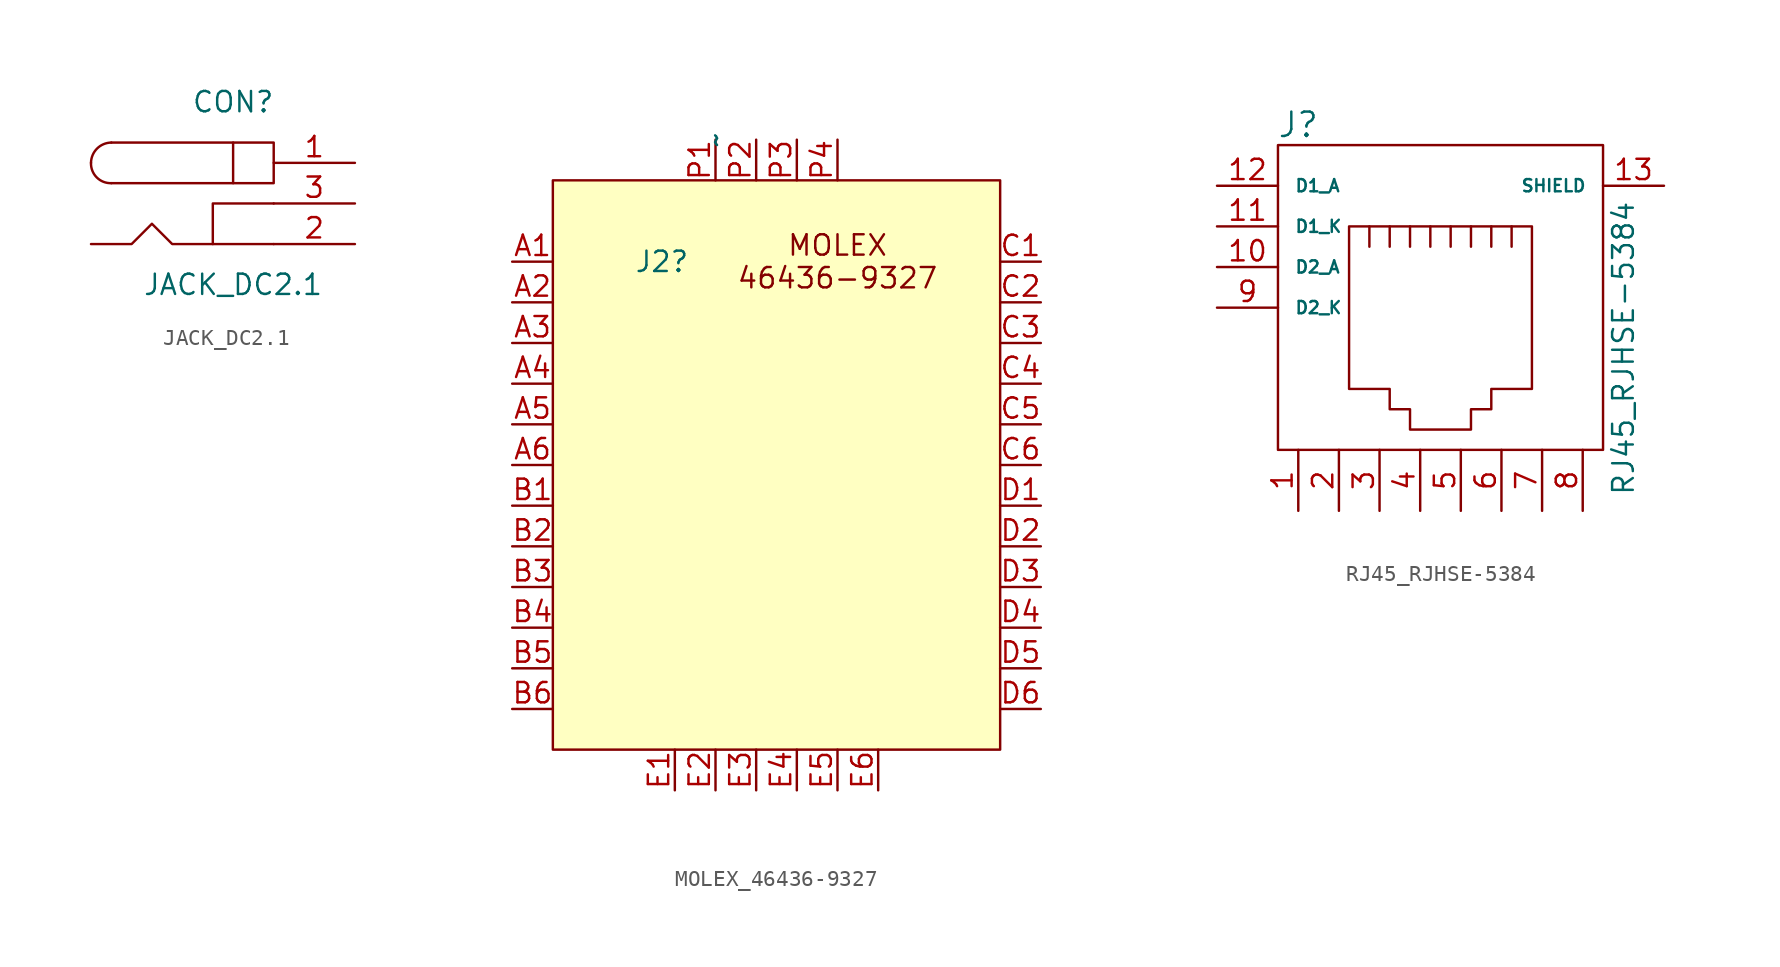
<source format=kicad_sym>
(kicad_symbol_lib
  (version 20220914)
  (generator kicad_symbol_editor)
  (symbol "JACK_DC2.1"
    (pin_names
      (offset 1.016))
    (property "Reference" "CON"
      (at 0 6.35 0)
      (effects (font (size 1.27 1.27))))
    (property "Value" "JACK_DC2.1"
      (at 0 -5.08 0)
      (effects (font (size 1.27 1.27))))
    (property "Footprint" ""
      (at 0 0 0)
      (effects (font (size 1.27 1.27))))
    (property "Datasheet" ""
      (at 0 0 0)
      (effects (font (size 1.27 1.27))))
    (symbol "JACK_DC2.1_0_1"
      (arc (start -8.89 2.54) (mid -8.5271 1.6254) (end -7.62 1.27) (stroke (width 0) (type default)) (fill (type none)))
      (arc (start -7.62 3.81) (mid -8.5088 3.4366) (end -8.89 2.54) (stroke (width 0) (type default)) (fill (type none)))
      (polyline (pts (xy -7.62 1.27) (xy 0 1.27)) (stroke (width 0) (type default)) (fill (type none)))
      (polyline (pts (xy 0 3.81) (xy -7.62 3.81)) (stroke (width 0) (type default)) (fill (type none)))
      (polyline (pts (xy 2.54 0) (xy -1.27 0) (xy -1.27 -2.54)) (stroke (width 0) (type default)) (fill (type none)))
      (polyline (pts (xy 2.54 -2.54) (xy -3.81 -2.54) (xy -5.08 -1.27) (xy -6.35 -2.54) (xy -8.89 -2.54)) (stroke (width 0) (type default)) (fill (type none)))
      (rectangle (start 2.54 3.81) (end 0 1.27) (stroke (width 0) (type default)) (fill (type none))))
    (symbol "JACK_DC2.1_1_1"
      (pin passive line (at 7.62 2.54 180) (length 5.08) (name "~" (effects (font (size 1.27 1.27)))) (number "1" (effects (font (size 1.27 1.27)))))
      (pin passive line (at 7.62 -2.54 180) (length 5.08) (name "~" (effects (font (size 1.27 1.27)))) (number "2" (effects (font (size 1.27 1.27)))))
      (pin passive line (at 7.62 0 180) (length 5.08) (name "~" (effects (font (size 1.27 1.27)))) (number "3" (effects (font (size 1.27 1.27)))))))
  (symbol "MOLEX_46436-9327"
    (property "Reference" "J2"
      (at -7.62 -2.54 0)
      (effects (font (size 1.27 1.27)) (justify left)))
    (property "Value" "~"
      (at -2.54 5.08 90)
      (effects (font (size 1.27 1.27))))
    (symbol "MOLEX_46436-9327_0_0"
      (pin unspecified line (at -15.24 -2.54 0) (length 2.54) (name "" (effects (font (size 1.27 1.27)))) (number "A1" (effects (font (size 1.27 1.27)))))
      (pin unspecified line (at -15.24 -5.08 0) (length 2.54) (name "" (effects (font (size 1.27 1.27)))) (number "A2" (effects (font (size 1.27 1.27)))))
      (pin unspecified line (at -15.24 -7.62 0) (length 2.54) (name "" (effects (font (size 1.27 1.27)))) (number "A3" (effects (font (size 1.27 1.27)))))
      (pin unspecified line (at -15.24 -10.16 0) (length 2.54) (name "" (effects (font (size 1.27 1.27)))) (number "A4" (effects (font (size 1.27 1.27)))))
      (pin unspecified line (at -15.24 -12.7 0) (length 2.54) (name "" (effects (font (size 1.27 1.27)))) (number "A5" (effects (font (size 1.27 1.27)))))
      (pin unspecified line (at -15.24 -15.24 0) (length 2.54) (name "" (effects (font (size 1.27 1.27)))) (number "A6" (effects (font (size 1.27 1.27)))))
      (pin unspecified line (at -15.24 -17.78 0) (length 2.54) (name "" (effects (font (size 1.27 1.27)))) (number "B1" (effects (font (size 1.27 1.27)))))
      (pin unspecified line (at -15.24 -20.32 0) (length 2.54) (name "" (effects (font (size 1.27 1.27)))) (number "B2" (effects (font (size 1.27 1.27)))))
      (pin unspecified line (at -15.24 -22.86 0) (length 2.54) (name "" (effects (font (size 1.27 1.27)))) (number "B3" (effects (font (size 1.27 1.27)))))
      (pin unspecified line (at -15.24 -25.4 0) (length 2.54) (name "" (effects (font (size 1.27 1.27)))) (number "B4" (effects (font (size 1.27 1.27)))))
      (pin unspecified line (at -15.24 -27.94 0) (length 2.54) (name "" (effects (font (size 1.27 1.27)))) (number "B5" (effects (font (size 1.27 1.27)))))
      (pin unspecified line (at -15.24 -30.48 0) (length 2.54) (name "" (effects (font (size 1.27 1.27)))) (number "B6" (effects (font (size 1.27 1.27)))))
      (pin unspecified line (at 17.78 -2.54 180) (length 2.54) (name "" (effects (font (size 1.27 1.27)))) (number "C1" (effects (font (size 1.27 1.27)))))
      (pin unspecified line (at 17.78 -5.08 180) (length 2.54) (name "" (effects (font (size 1.27 1.27)))) (number "C2" (effects (font (size 1.27 1.27)))))
      (pin unspecified line (at 17.78 -7.62 180) (length 2.54) (name "" (effects (font (size 1.27 1.27)))) (number "C3" (effects (font (size 1.27 1.27)))))
      (pin unspecified line (at 17.78 -10.16 180) (length 2.54) (name "" (effects (font (size 1.27 1.27)))) (number "C4" (effects (font (size 1.27 1.27)))))
      (pin unspecified line (at 17.78 -12.7 180) (length 2.54) (name "" (effects (font (size 1.27 1.27)))) (number "C5" (effects (font (size 1.27 1.27)))))
      (pin unspecified line (at 17.78 -15.24 180) (length 2.54) (name "" (effects (font (size 1.27 1.27)))) (number "C6" (effects (font (size 1.27 1.27)))))
      (pin unspecified line (at 17.78 -17.78 180) (length 2.54) (name "" (effects (font (size 1.27 1.27)))) (number "D1" (effects (font (size 1.27 1.27)))))
      (pin unspecified line (at 17.78 -20.32 180) (length 2.54) (name "" (effects (font (size 1.27 1.27)))) (number "D2" (effects (font (size 1.27 1.27)))))
      (pin unspecified line (at 17.78 -22.86 180) (length 2.54) (name "" (effects (font (size 1.27 1.27)))) (number "D3" (effects (font (size 1.27 1.27)))))
      (pin unspecified line (at 17.78 -25.4 180) (length 2.54) (name "" (effects (font (size 1.27 1.27)))) (number "D4" (effects (font (size 1.27 1.27)))))
      (pin unspecified line (at 17.78 -27.94 180) (length 2.54) (name "" (effects (font (size 1.27 1.27)))) (number "D5" (effects (font (size 1.27 1.27)))))
      (pin unspecified line (at 17.78 -30.48 180) (length 2.54) (name "" (effects (font (size 1.27 1.27)))) (number "D6" (effects (font (size 1.27 1.27)))))
      (pin unspecified line (at -5.08 -35.56 90) (length 2.54) (name "" (effects (font (size 1.27 1.27)))) (number "E1" (effects (font (size 1.27 1.27)))))
      (pin unspecified line (at -2.54 -35.56 90) (length 2.54) (name "" (effects (font (size 1.27 1.27)))) (number "E2" (effects (font (size 1.27 1.27)))))
      (pin unspecified line (at 0 -35.56 90) (length 2.54) (name "" (effects (font (size 1.27 1.27)))) (number "E3" (effects (font (size 1.27 1.27)))))
      (pin unspecified line (at 2.54 -35.56 90) (length 2.54) (name "" (effects (font (size 1.27 1.27)))) (number "E4" (effects (font (size 1.27 1.27)))))
      (pin unspecified line (at 5.08 -35.56 90) (length 2.54) (name "" (effects (font (size 1.27 1.27)))) (number "E5" (effects (font (size 1.27 1.27)))))
      (pin unspecified line (at 7.62 -35.56 90) (length 2.54) (name "" (effects (font (size 1.27 1.27)))) (number "E6" (effects (font (size 1.27 1.27)))))
      (pin unspecified line (at -2.54 5.08 270) (length 2.54) (name "" (effects (font (size 1.27 1.27)))) (number "P1" (effects (font (size 1.27 1.27)))))
      (pin unspecified line (at 0 5.08 270) (length 2.54) (name "" (effects (font (size 1.27 1.27)))) (number "P2" (effects (font (size 1.27 1.27)))))
      (pin unspecified line (at 2.54 5.08 270) (length 2.54) (name "" (effects (font (size 1.27 1.27)))) (number "P3" (effects (font (size 1.27 1.27)))))
      (pin unspecified line (at 5.08 5.08 270) (length 2.54) (name "" (effects (font (size 1.27 1.27)))) (number "P4" (effects (font (size 1.27 1.27))))))
    (symbol "MOLEX_46436-9327_1_1"
      (rectangle (start -12.7 2.54) (end 15.24 -33.02) (stroke (width 0) (type default)) (fill (type background)))
      (text "MOLEX\n46436-9327" (at 5.08 -2.54 0) (effects (font (size 1.27 1.27))))))
  (symbol "RJ45_RJHSE-5384"
    (pin_names
      (offset 1.016))
    (property "Reference" "J"
      (at -8.89 12.7 0)
      (effects (font (size 1.524 1.524))))
    (property "Value" "RJ45_RJHSE-5384"
      (at 11.43 -1.27 90)
      (effects (font (size 1.295 1.295))))
    (property "Footprint" ""
      (at 0 0 0)
      (effects (font (size 1.524 1.524))))
    (property "Datasheet" ""
      (at 0 0 0)
      (effects (font (size 1.524 1.524))))
    (symbol "RJ45_RJHSE-5384_0_1"
      (rectangle (start -10.16 -7.62) (end 10.16 11.43) (stroke (width 0) (type default)) (fill (type none)))
      (polyline (pts (xy -4.445 5.08) (xy -4.445 6.35) (xy -4.445 6.35)) (stroke (width 0) (type default)) (fill (type none)))
      (polyline (pts (xy -3.175 6.35) (xy -3.175 5.08) (xy -3.175 5.08)) (stroke (width 0) (type default)) (fill (type none)))
      (polyline (pts (xy -1.905 6.35) (xy -1.905 5.08) (xy -1.905 5.08)) (stroke (width 0) (type default)) (fill (type none)))
      (polyline (pts (xy -0.635 6.35) (xy -0.635 5.08) (xy -0.635 5.08)) (stroke (width 0) (type default)) (fill (type none)))
      (polyline (pts (xy 0.635 6.35) (xy 0.635 5.08) (xy 0.635 5.08)) (stroke (width 0) (type default)) (fill (type none)))
      (polyline (pts (xy 1.905 6.35) (xy 1.905 5.08) (xy 1.905 5.08)) (stroke (width 0) (type default)) (fill (type none)))
      (polyline (pts (xy 3.175 5.08) (xy 3.175 6.35) (xy 3.175 6.35)) (stroke (width 0) (type default)) (fill (type none)))
      (polyline (pts (xy 4.445 5.08) (xy 4.445 6.35) (xy 4.445 6.35)) (stroke (width 0) (type default)) (fill (type none)))
      (polyline (pts (xy -5.715 6.35) (xy 5.715 6.35) (xy 5.715 -3.81) (xy 3.175 -3.81) (xy 3.175 -5.08) (xy 1.905 -5.08) (xy 1.905 -6.35) (xy -1.905 -6.35) (xy -1.905 -5.08) (xy -3.175 -5.08) (xy -3.175 -3.81) (xy -5.715 -3.81) (xy -5.715 6.35) (xy -5.715 6.35)) (stroke (width 0) (type default)) (fill (type none))))
    (symbol "RJ45_RJHSE-5384_1_1"
      (pin passive line (at -8.89 -11.43 90) (length 3.81) (name "~" (effects (font (size 1.27 1.27)))) (number "1" (effects (font (size 1.27 1.27)))))
      (pin unspecified line (at -13.97 3.81 0) (length 3.81) (name "D2_A" (effects (font (size 0.762 0.762)))) (number "10" (effects (font (size 1.27 1.27)))))
      (pin unspecified line (at -13.97 6.35 0) (length 3.81) (name "D1_K" (effects (font (size 0.762 0.762)))) (number "11" (effects (font (size 1.27 1.27)))))
      (pin unspecified line (at -13.97 8.89 0) (length 3.81) (name "D1_A" (effects (font (size 0.762 0.762)))) (number "12" (effects (font (size 1.27 1.27)))))
      (pin passive line (at 13.97 8.89 180) (length 3.81) (name "SHIELD" (effects (font (size 0.762 0.762)))) (number "13" (effects (font (size 1.27 1.27)))))
      (pin passive line (at -6.35 -11.43 90) (length 3.81) (name "~" (effects (font (size 1.27 1.27)))) (number "2" (effects (font (size 1.27 1.27)))))
      (pin passive line (at -3.81 -11.43 90) (length 3.81) (name "~" (effects (font (size 1.27 1.27)))) (number "3" (effects (font (size 1.27 1.27)))))
      (pin passive line (at -1.27 -11.43 90) (length 3.81) (name "~" (effects (font (size 1.27 1.27)))) (number "4" (effects (font (size 1.27 1.27)))))
      (pin passive line (at 1.27 -11.43 90) (length 3.81) (name "~" (effects (font (size 1.27 1.27)))) (number "5" (effects (font (size 1.27 1.27)))))
      (pin passive line (at 3.81 -11.43 90) (length 3.81) (name "~" (effects (font (size 1.27 1.27)))) (number "6" (effects (font (size 1.27 1.27)))))
      (pin passive line (at 6.35 -11.43 90) (length 3.81) (name "~" (effects (font (size 0.762 0.762)))) (number "7" (effects (font (size 1.27 1.27)))))
      (pin passive line (at 8.89 -11.43 90) (length 3.81) (name "~" (effects (font (size 0.762 0.762)))) (number "8" (effects (font (size 1.27 1.27)))))
      (pin unspecified line (at -13.97 1.27 0) (length 3.81) (name "D2_K" (effects (font (size 0.762 0.762)))) (number "9" (effects (font (size 1.27 1.27))))))))
</source>
